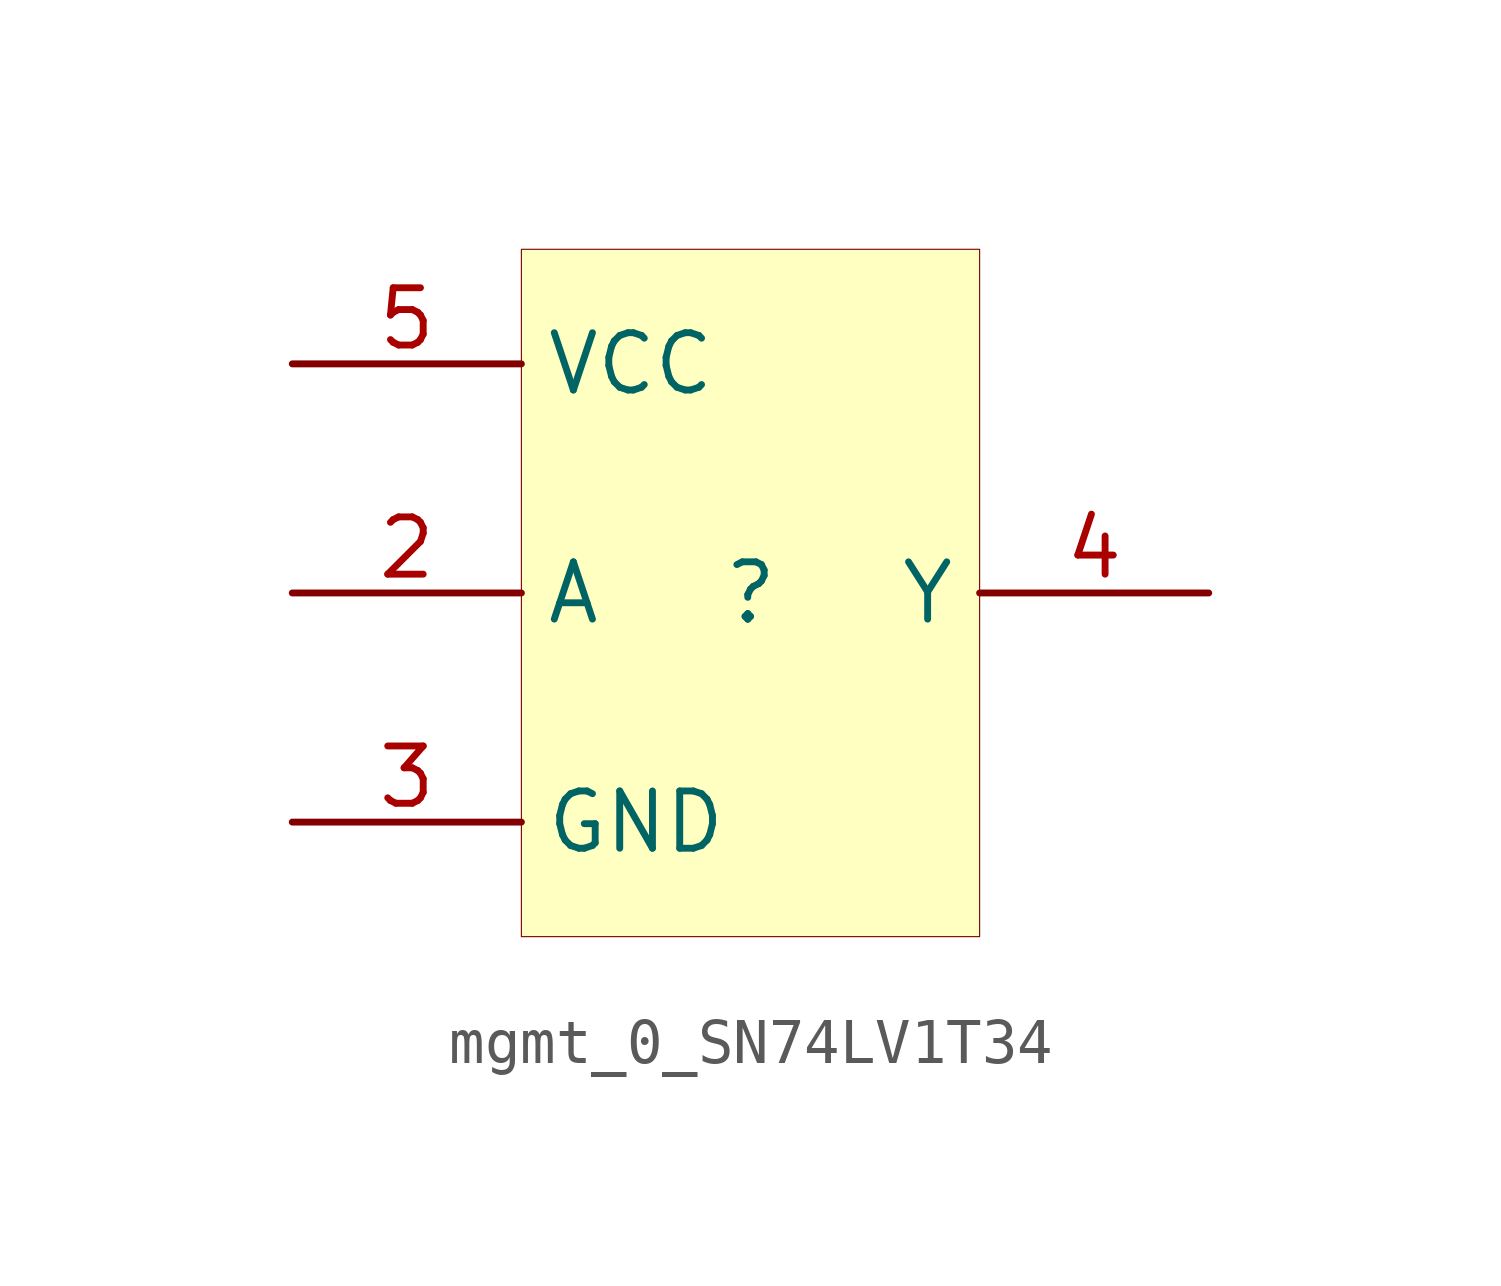
<source format=kicad_sym>
(kicad_symbol_lib
  (version 20231120)
  (generator "kicad_symbol_editor")
  (generator_version "7.99")
  (symbol "mgmt_0_SN74LV1T34"
    (property "Reference" ""
      (at 0 0 0)
      (effects (font (size 1.27 1.27))))
    (property "Value" ""
      (at 0 0 0)
      (effects (font (size 1.27 1.27))))
    (symbol "mgmt_0_SN74LV1T34_1_0"
      (rectangle (start 5.08 7.62) (end -5.08 -7.62) (stroke (width 0.025) (type solid) (color 128 0 0 1)) (fill (type background)))
      (pin passive line (at -10.16 0 0) (length 5.08) (name "A" (effects (font (size 1.27 1.27)))) (number "2" (effects (font (size 1.27 1.27)))))
      (pin passive line (at -10.16 -5.08 0) (length 5.08) (name "GND" (effects (font (size 1.27 1.27)))) (number "3" (effects (font (size 1.27 1.27)))))
      (pin passive line (at 10.16 0 180) (length 5.08) (name "Y" (effects (font (size 1.27 1.27)))) (number "4" (effects (font (size 1.27 1.27)))))
      (pin passive line (at -10.16 5.08 0) (length 5.08) (name "VCC" (effects (font (size 1.27 1.27)))) (number "5" (effects (font (size 1.27 1.27))))))))
</source>
